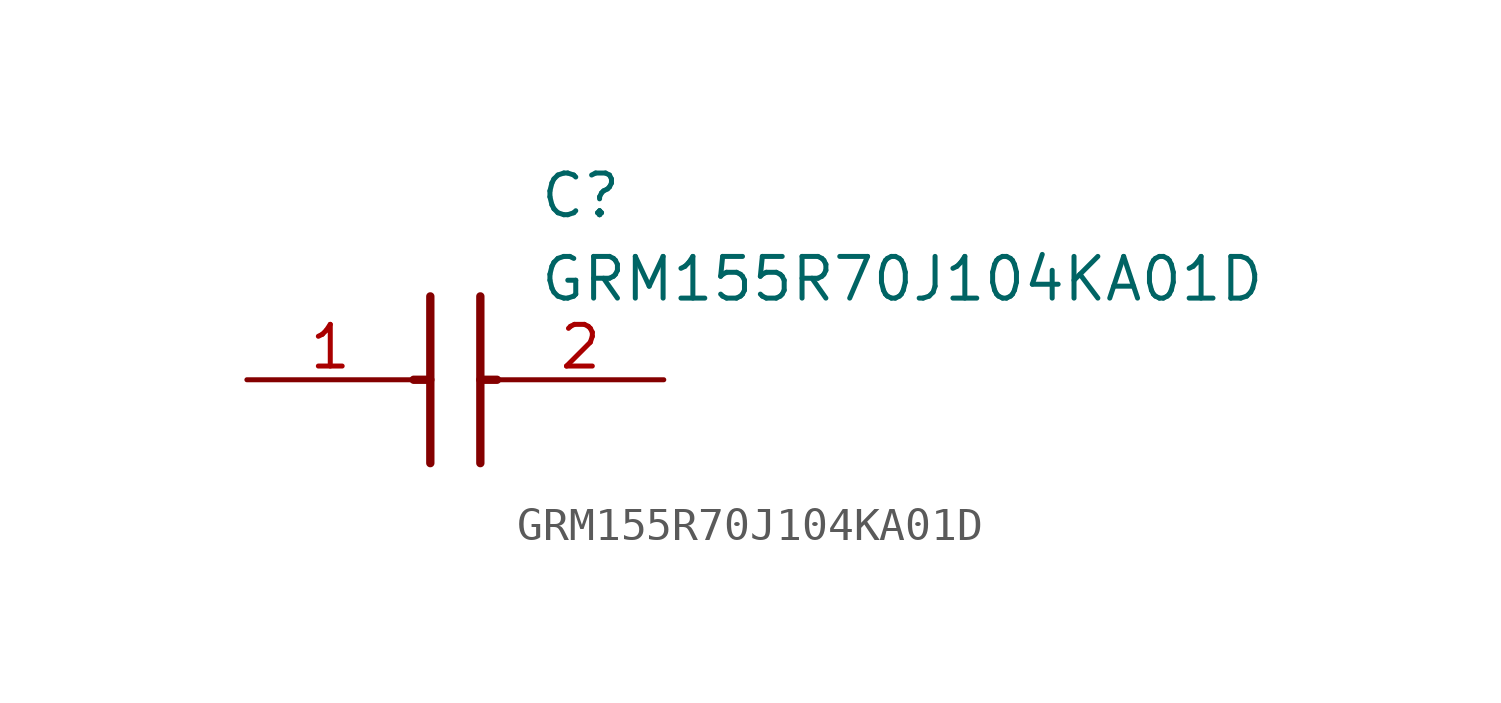
<source format=kicad_sym>
(kicad_symbol_lib
  (version 20211014)
  (generator SamacSys_ECAD_Model)
  (symbol "GRM155R70J104KA01D"
    (pin_names hide)
    (property "Reference" "C"
      (at 8.89 6.35 0)
      (effects (font (size 1.27 1.27)) (justify left top)))
    (property "Value" "GRM155R70J104KA01D"
      (at 8.89 3.81 0)
      (effects (font (size 1.27 1.27)) (justify left top)))
    (polyline
      (pts (xy 5.588 2.54) (xy 5.588 -2.54))
      (stroke (width 0.254) (type default))
      (fill (type none)))
    (polyline
      (pts (xy 7.112 2.54) (xy 7.112 -2.54))
      (stroke (width 0.254) (type default))
      (fill (type none)))
    (polyline
      (pts (xy 5.08 0) (xy 5.588 0))
      (stroke (width 0.254) (type default))
      (fill (type none)))
    (polyline
      (pts (xy 7.112 0) (xy 7.62 0))
      (stroke (width 0.254) (type default))
      (fill (type none)))
    (pin passive line
      (at 0 0 0)
      (length 5.08)
      (name "1" (effects (font (size 1.27 1.27))))
      (number "1" (effects (font (size 1.27 1.27)))))
    (pin passive line
      (at 12.7 0 180)
      (length 5.08)
      (name "2" (effects (font (size 1.27 1.27))))
      (number "2" (effects (font (size 1.27 1.27)))))))
</source>
